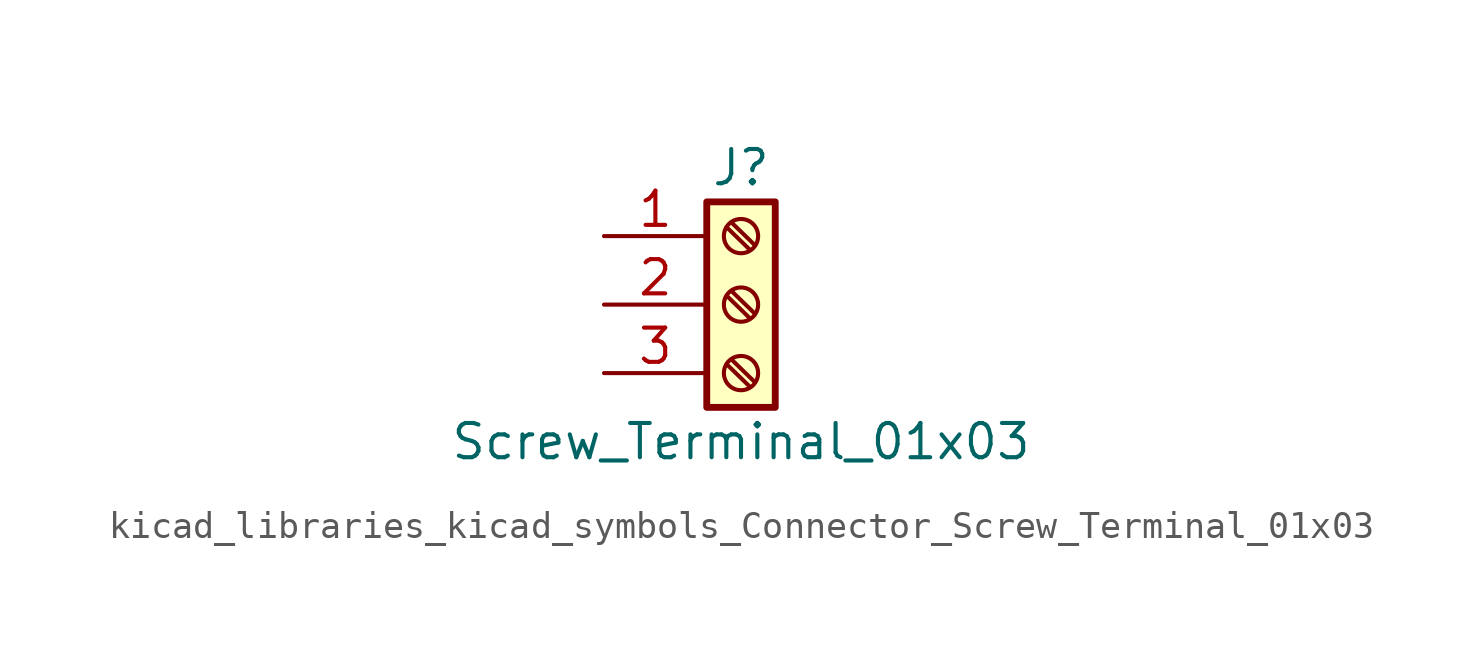
<source format=kicad_sym>
(kicad_symbol_lib
  (version 20220914)
  (generator kicad_symbol_editor)
  (symbol "kicad_libraries_kicad_symbols_Connector_Screw_Terminal_01x03"
    (pin_names
      (offset 1.016) hide)
    (property "Reference" "J"
      (at 0 5.08 0)
      (effects (font (size 1.27 1.27))))
    (property "Value" "Screw_Terminal_01x03"
      (at 0 -5.08 0)
      (effects (font (size 1.27 1.27))))
    (symbol "kicad_libraries_kicad_symbols_Connector_Screw_Terminal_01x03_1_1"
      (rectangle (start -1.27 3.81) (end 1.27 -3.81) (stroke (width 0.254) (type default)) (fill (type background)))
      (circle (center 0 -2.54) (radius 0.635) (stroke (width 0.152) (type default)) (fill (type none)))
      (polyline (pts (xy -0.533 -2.21) (xy 0.33 -3.048)) (stroke (width 0.152) (type default)) (fill (type none)))
      (polyline (pts (xy -0.533 0.33) (xy 0.33 -0.508)) (stroke (width 0.152) (type default)) (fill (type none)))
      (polyline (pts (xy -0.533 2.87) (xy 0.33 2.032)) (stroke (width 0.152) (type default)) (fill (type none)))
      (polyline (pts (xy -0.356 -2.032) (xy 0.508 -2.87)) (stroke (width 0.152) (type default)) (fill (type none)))
      (polyline (pts (xy -0.356 0.508) (xy 0.508 -0.33)) (stroke (width 0.152) (type default)) (fill (type none)))
      (polyline (pts (xy -0.356 3.048) (xy 0.508 2.21)) (stroke (width 0.152) (type default)) (fill (type none)))
      (circle (center 0 0) (radius 0.635) (stroke (width 0.152) (type default)) (fill (type none)))
      (circle (center 0 2.54) (radius 0.635) (stroke (width 0.152) (type default)) (fill (type none)))
      (pin passive line (at -5.08 2.54 0) (length 3.81) (name "Pin_1" (effects (font (size 1.27 1.27)))) (number "1" (effects (font (size 1.27 1.27)))))
      (pin passive line (at -5.08 0 0) (length 3.81) (name "Pin_2" (effects (font (size 1.27 1.27)))) (number "2" (effects (font (size 1.27 1.27)))))
      (pin passive line (at -5.08 -2.54 0) (length 3.81) (name "Pin_3" (effects (font (size 1.27 1.27)))) (number "3" (effects (font (size 1.27 1.27))))))))
</source>
